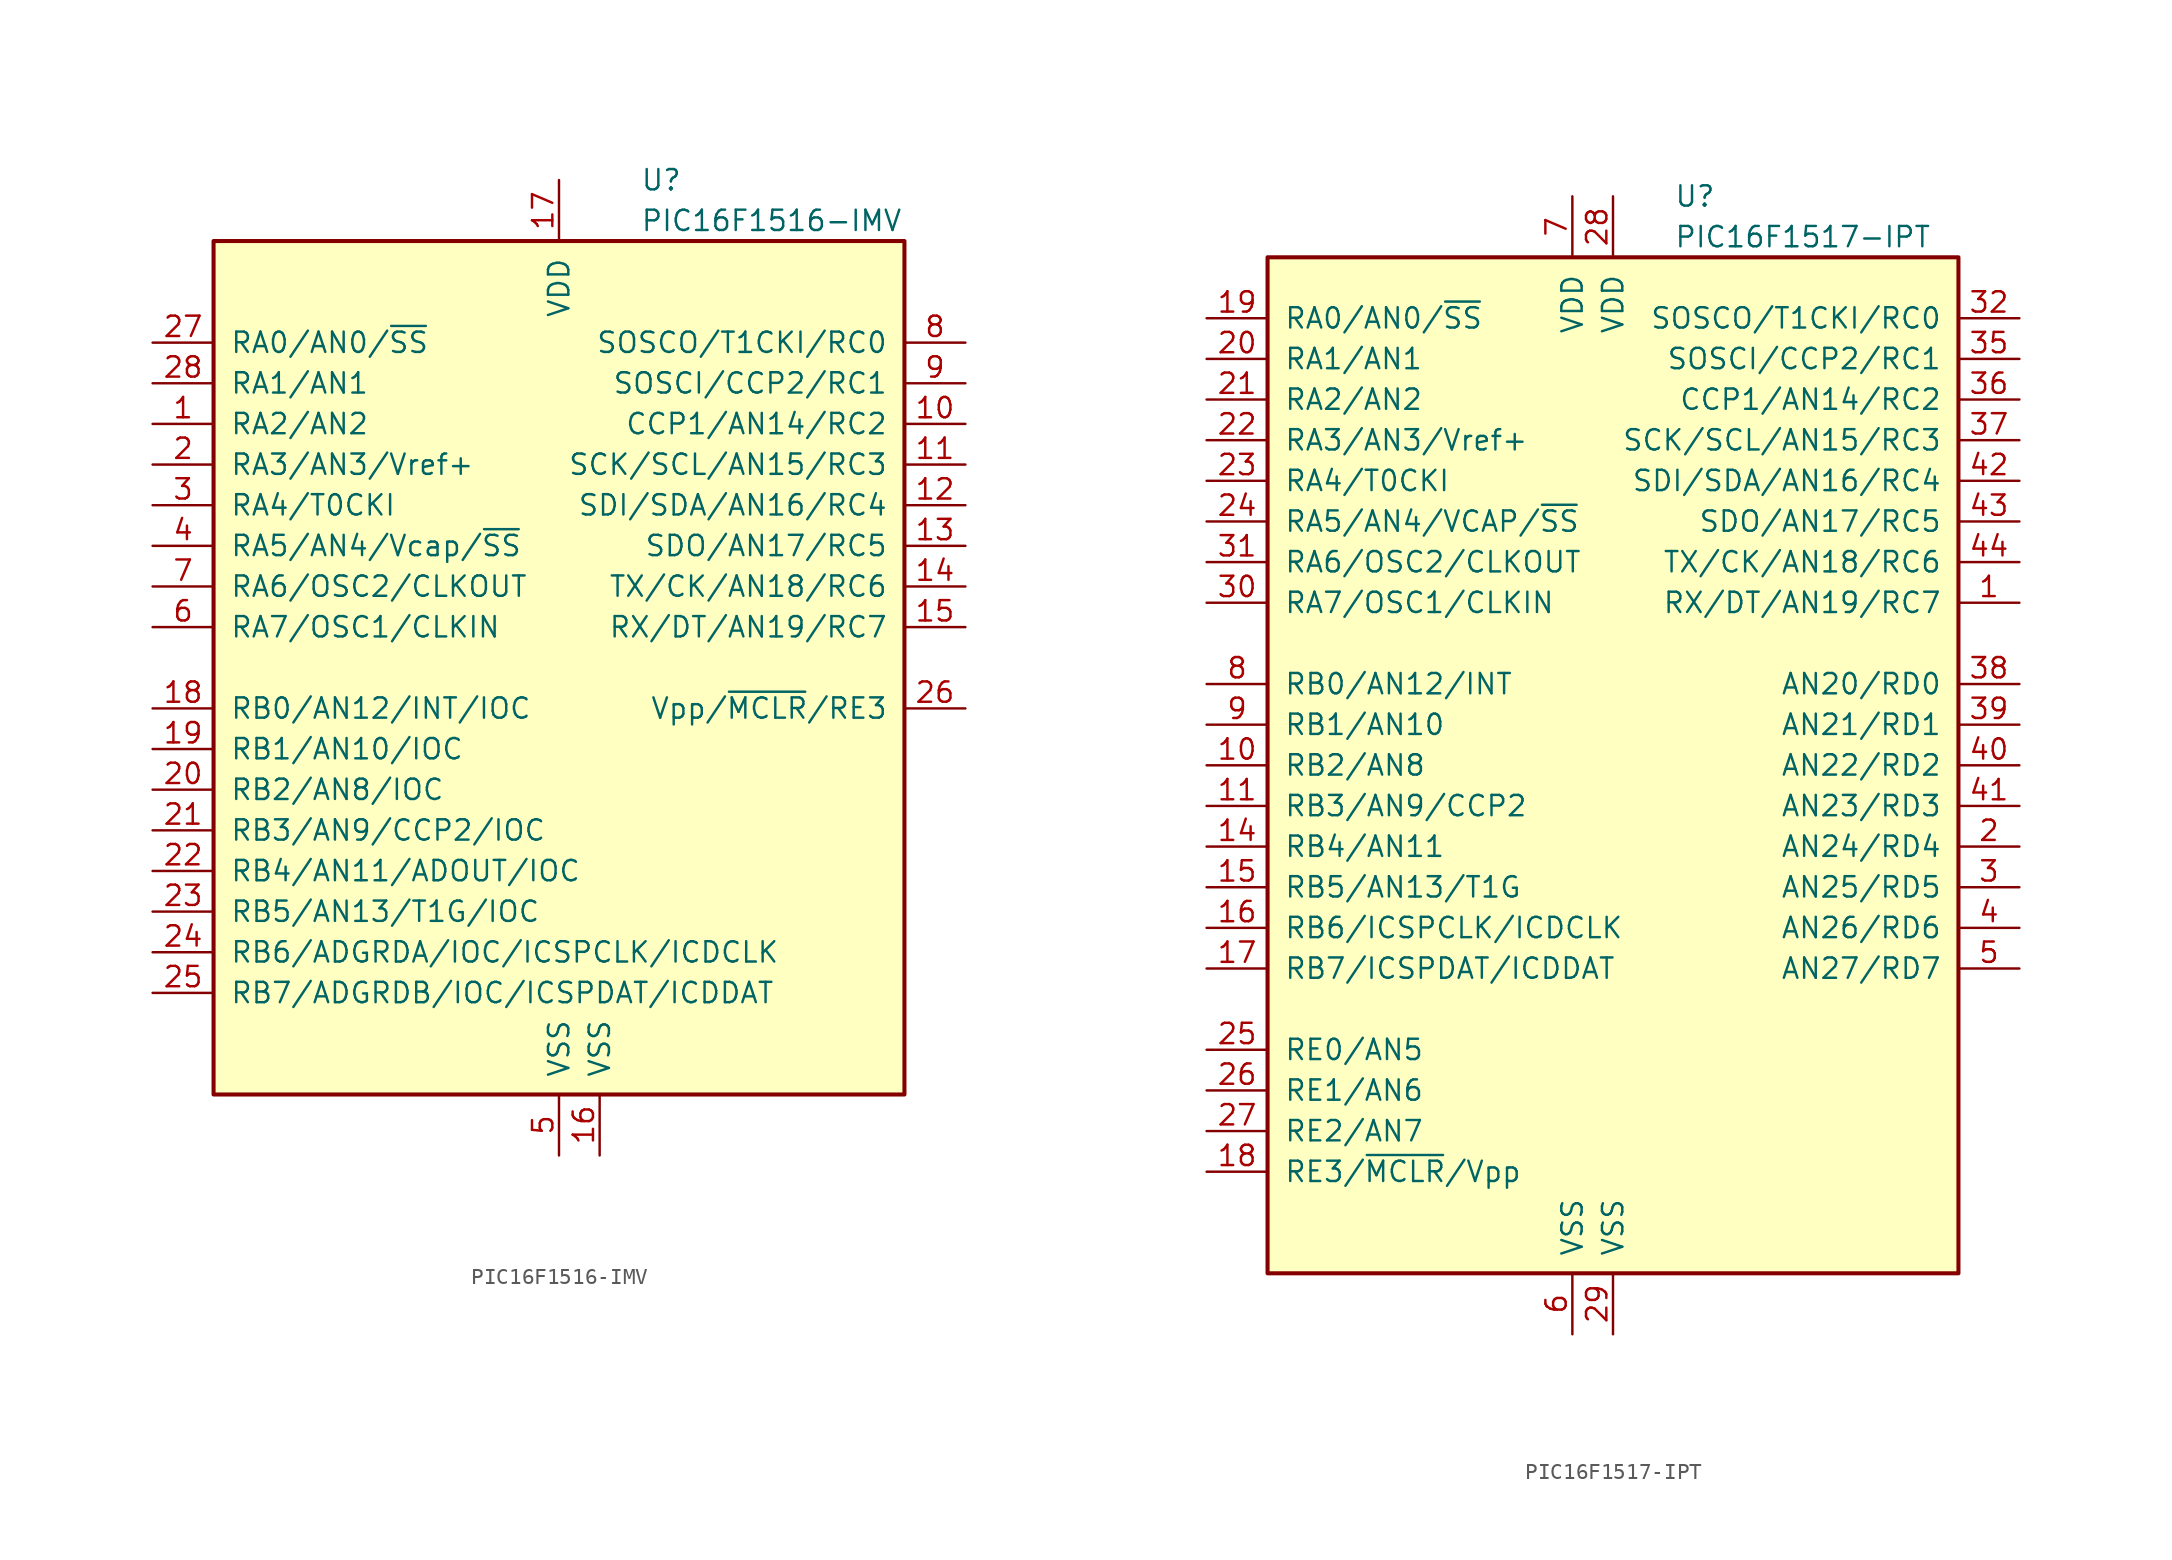
<source format=kicad_sym>
(kicad_symbol_lib
  (version 20220914)
  (generator kicad_symbol_editor)
  (symbol "PIC16F1516-IMV"
    (pin_names
      (offset 1.016))
    (property "Reference" "U"
      (at 5.08 30.48 0)
      (effects (font (size 1.27 1.27)) (justify left)))
    (property "Value" "PIC16F1516-IMV"
      (at 5.08 27.94 0)
      (effects (font (size 1.27 1.27)) (justify left)))
    (symbol "PIC16F1516-IMV_0_1"
      (rectangle (start -21.59 26.67) (end 21.59 -26.67) (stroke (width 0.254) (type default)) (fill (type background))))
    (symbol "PIC16F1516-IMV_1_1"
      (pin bidirectional line (at -25.4 15.24 0) (length 3.81) (name "RA2/AN2" (effects (font (size 1.27 1.27)))) (number "1" (effects (font (size 1.27 1.27)))))
      (pin bidirectional line (at 25.4 15.24 180) (length 3.81) (name "CCP1/AN14/RC2" (effects (font (size 1.27 1.27)))) (number "10" (effects (font (size 1.27 1.27)))))
      (pin bidirectional line (at 25.4 12.7 180) (length 3.81) (name "SCK/SCL/AN15/RC3" (effects (font (size 1.27 1.27)))) (number "11" (effects (font (size 1.27 1.27)))))
      (pin bidirectional line (at 25.4 10.16 180) (length 3.81) (name "SDI/SDA/AN16/RC4" (effects (font (size 1.27 1.27)))) (number "12" (effects (font (size 1.27 1.27)))))
      (pin bidirectional line (at 25.4 7.62 180) (length 3.81) (name "SDO/AN17/RC5" (effects (font (size 1.27 1.27)))) (number "13" (effects (font (size 1.27 1.27)))))
      (pin bidirectional line (at 25.4 5.08 180) (length 3.81) (name "TX/CK/AN18/RC6" (effects (font (size 1.27 1.27)))) (number "14" (effects (font (size 1.27 1.27)))))
      (pin bidirectional line (at 25.4 2.54 180) (length 3.81) (name "RX/DT/AN19/RC7" (effects (font (size 1.27 1.27)))) (number "15" (effects (font (size 1.27 1.27)))))
      (pin power_in line (at 2.54 -30.48 90) (length 3.81) (name "VSS" (effects (font (size 1.27 1.27)))) (number "16" (effects (font (size 1.27 1.27)))))
      (pin power_in line (at 0 30.48 270) (length 3.81) (name "VDD" (effects (font (size 1.27 1.27)))) (number "17" (effects (font (size 1.27 1.27)))))
      (pin bidirectional line (at -25.4 -2.54 0) (length 3.81) (name "RB0/AN12/INT/IOC" (effects (font (size 1.27 1.27)))) (number "18" (effects (font (size 1.27 1.27)))))
      (pin bidirectional line (at -25.4 -5.08 0) (length 3.81) (name "RB1/AN10/IOC" (effects (font (size 1.27 1.27)))) (number "19" (effects (font (size 1.27 1.27)))))
      (pin bidirectional line (at -25.4 12.7 0) (length 3.81) (name "RA3/AN3/Vref+" (effects (font (size 1.27 1.27)))) (number "2" (effects (font (size 1.27 1.27)))))
      (pin bidirectional line (at -25.4 -7.62 0) (length 3.81) (name "RB2/AN8/IOC" (effects (font (size 1.27 1.27)))) (number "20" (effects (font (size 1.27 1.27)))))
      (pin bidirectional line (at -25.4 -10.16 0) (length 3.81) (name "RB3/AN9/CCP2/IOC" (effects (font (size 1.27 1.27)))) (number "21" (effects (font (size 1.27 1.27)))))
      (pin bidirectional line (at -25.4 -12.7 0) (length 3.81) (name "RB4/AN11/ADOUT/IOC" (effects (font (size 1.27 1.27)))) (number "22" (effects (font (size 1.27 1.27)))))
      (pin bidirectional line (at -25.4 -15.24 0) (length 3.81) (name "RB5/AN13/T1G/IOC" (effects (font (size 1.27 1.27)))) (number "23" (effects (font (size 1.27 1.27)))))
      (pin bidirectional line (at -25.4 -17.78 0) (length 3.81) (name "RB6/ADGRDA/IOC/ICSPCLK/ICDCLK" (effects (font (size 1.27 1.27)))) (number "24" (effects (font (size 1.27 1.27)))))
      (pin bidirectional line (at -25.4 -20.32 0) (length 3.81) (name "RB7/ADGRDB/IOC/ICSPDAT/ICDDAT" (effects (font (size 1.27 1.27)))) (number "25" (effects (font (size 1.27 1.27)))))
      (pin input line (at 25.4 -2.54 180) (length 3.81) (name "Vpp/~{MCLR}/RE3" (effects (font (size 1.27 1.27)))) (number "26" (effects (font (size 1.27 1.27)))))
      (pin bidirectional line (at -25.4 20.32 0) (length 3.81) (name "RA0/AN0/~{SS}" (effects (font (size 1.27 1.27)))) (number "27" (effects (font (size 1.27 1.27)))))
      (pin bidirectional line (at -25.4 17.78 0) (length 3.81) (name "RA1/AN1" (effects (font (size 1.27 1.27)))) (number "28" (effects (font (size 1.27 1.27)))))
      (pin bidirectional line (at -25.4 10.16 0) (length 3.81) (name "RA4/T0CKI" (effects (font (size 1.27 1.27)))) (number "3" (effects (font (size 1.27 1.27)))))
      (pin bidirectional line (at -25.4 7.62 0) (length 3.81) (name "RA5/AN4/Vcap/~{SS}" (effects (font (size 1.27 1.27)))) (number "4" (effects (font (size 1.27 1.27)))))
      (pin power_in line (at 0 -30.48 90) (length 3.81) (name "VSS" (effects (font (size 1.27 1.27)))) (number "5" (effects (font (size 1.27 1.27)))))
      (pin bidirectional line (at -25.4 2.54 0) (length 3.81) (name "RA7/OSC1/CLKIN" (effects (font (size 1.27 1.27)))) (number "6" (effects (font (size 1.27 1.27)))))
      (pin bidirectional line (at -25.4 5.08 0) (length 3.81) (name "RA6/OSC2/CLKOUT" (effects (font (size 1.27 1.27)))) (number "7" (effects (font (size 1.27 1.27)))))
      (pin bidirectional line (at 25.4 20.32 180) (length 3.81) (name "SOSCO/T1CKI/RC0" (effects (font (size 1.27 1.27)))) (number "8" (effects (font (size 1.27 1.27)))))
      (pin bidirectional line (at 25.4 17.78 180) (length 3.81) (name "SOSCI/CCP2/RC1" (effects (font (size 1.27 1.27)))) (number "9" (effects (font (size 1.27 1.27)))))))
  (symbol "PIC16F1517-IPT"
    (pin_names
      (offset 1.016))
    (property "Reference" "U"
      (at 3.81 35.56 0)
      (effects (font (size 1.27 1.27)) (justify left)))
    (property "Value" "PIC16F1517-IPT"
      (at 3.81 33.02 0)
      (effects (font (size 1.27 1.27)) (justify left)))
    (symbol "PIC16F1517-IPT_0_1"
      (rectangle (start -21.59 31.75) (end 21.59 -31.75) (stroke (width 0.254) (type default)) (fill (type background))))
    (symbol "PIC16F1517-IPT_1_1"
      (pin bidirectional line (at 25.4 10.16 180) (length 3.81) (name "RX/DT/AN19/RC7" (effects (font (size 1.27 1.27)))) (number "1" (effects (font (size 1.27 1.27)))))
      (pin bidirectional line (at -25.4 0 0) (length 3.81) (name "RB2/AN8" (effects (font (size 1.27 1.27)))) (number "10" (effects (font (size 1.27 1.27)))))
      (pin bidirectional line (at -25.4 -2.54 0) (length 3.81) (name "RB3/AN9/CCP2" (effects (font (size 1.27 1.27)))) (number "11" (effects (font (size 1.27 1.27)))))
      (pin bidirectional line (at -25.4 -5.08 0) (length 3.81) (name "RB4/AN11" (effects (font (size 1.27 1.27)))) (number "14" (effects (font (size 1.27 1.27)))))
      (pin bidirectional line (at -25.4 -7.62 0) (length 3.81) (name "RB5/AN13/T1G" (effects (font (size 1.27 1.27)))) (number "15" (effects (font (size 1.27 1.27)))))
      (pin bidirectional line (at -25.4 -10.16 0) (length 3.81) (name "RB6/ICSPCLK/ICDCLK" (effects (font (size 1.27 1.27)))) (number "16" (effects (font (size 1.27 1.27)))))
      (pin bidirectional line (at -25.4 -12.7 0) (length 3.81) (name "RB7/ICSPDAT/ICDDAT" (effects (font (size 1.27 1.27)))) (number "17" (effects (font (size 1.27 1.27)))))
      (pin input line (at -25.4 -25.4 0) (length 3.81) (name "RE3/~{MCLR}/Vpp" (effects (font (size 1.27 1.27)))) (number "18" (effects (font (size 1.27 1.27)))))
      (pin bidirectional line (at -25.4 27.94 0) (length 3.81) (name "RA0/AN0/~{SS}" (effects (font (size 1.27 1.27)))) (number "19" (effects (font (size 1.27 1.27)))))
      (pin bidirectional line (at 25.4 -5.08 180) (length 3.81) (name "AN24/RD4" (effects (font (size 1.27 1.27)))) (number "2" (effects (font (size 1.27 1.27)))))
      (pin bidirectional line (at -25.4 25.4 0) (length 3.81) (name "RA1/AN1" (effects (font (size 1.27 1.27)))) (number "20" (effects (font (size 1.27 1.27)))))
      (pin bidirectional line (at -25.4 22.86 0) (length 3.81) (name "RA2/AN2" (effects (font (size 1.27 1.27)))) (number "21" (effects (font (size 1.27 1.27)))))
      (pin bidirectional line (at -25.4 20.32 0) (length 3.81) (name "RA3/AN3/Vref+" (effects (font (size 1.27 1.27)))) (number "22" (effects (font (size 1.27 1.27)))))
      (pin bidirectional line (at -25.4 17.78 0) (length 3.81) (name "RA4/T0CKI" (effects (font (size 1.27 1.27)))) (number "23" (effects (font (size 1.27 1.27)))))
      (pin bidirectional line (at -25.4 15.24 0) (length 3.81) (name "RA5/AN4/VCAP/~{SS}" (effects (font (size 1.27 1.27)))) (number "24" (effects (font (size 1.27 1.27)))))
      (pin bidirectional line (at -25.4 -17.78 0) (length 3.81) (name "RE0/AN5" (effects (font (size 1.27 1.27)))) (number "25" (effects (font (size 1.27 1.27)))))
      (pin bidirectional line (at -25.4 -20.32 0) (length 3.81) (name "RE1/AN6" (effects (font (size 1.27 1.27)))) (number "26" (effects (font (size 1.27 1.27)))))
      (pin bidirectional line (at -25.4 -22.86 0) (length 3.81) (name "RE2/AN7" (effects (font (size 1.27 1.27)))) (number "27" (effects (font (size 1.27 1.27)))))
      (pin power_in line (at 0 35.56 270) (length 3.81) (name "VDD" (effects (font (size 1.27 1.27)))) (number "28" (effects (font (size 1.27 1.27)))))
      (pin power_in line (at 0 -35.56 90) (length 3.81) (name "VSS" (effects (font (size 1.27 1.27)))) (number "29" (effects (font (size 1.27 1.27)))))
      (pin bidirectional line (at 25.4 -7.62 180) (length 3.81) (name "AN25/RD5" (effects (font (size 1.27 1.27)))) (number "3" (effects (font (size 1.27 1.27)))))
      (pin bidirectional line (at -25.4 10.16 0) (length 3.81) (name "RA7/OSC1/CLKIN" (effects (font (size 1.27 1.27)))) (number "30" (effects (font (size 1.27 1.27)))))
      (pin bidirectional line (at -25.4 12.7 0) (length 3.81) (name "RA6/OSC2/CLKOUT" (effects (font (size 1.27 1.27)))) (number "31" (effects (font (size 1.27 1.27)))))
      (pin bidirectional line (at 25.4 27.94 180) (length 3.81) (name "SOSCO/T1CKI/RC0" (effects (font (size 1.27 1.27)))) (number "32" (effects (font (size 1.27 1.27)))))
      (pin bidirectional line (at 25.4 25.4 180) (length 3.81) (name "SOSCI/CCP2/RC1" (effects (font (size 1.27 1.27)))) (number "35" (effects (font (size 1.27 1.27)))))
      (pin bidirectional line (at 25.4 22.86 180) (length 3.81) (name "CCP1/AN14/RC2" (effects (font (size 1.27 1.27)))) (number "36" (effects (font (size 1.27 1.27)))))
      (pin bidirectional line (at 25.4 20.32 180) (length 3.81) (name "SCK/SCL/AN15/RC3" (effects (font (size 1.27 1.27)))) (number "37" (effects (font (size 1.27 1.27)))))
      (pin bidirectional line (at 25.4 5.08 180) (length 3.81) (name "AN20/RD0" (effects (font (size 1.27 1.27)))) (number "38" (effects (font (size 1.27 1.27)))))
      (pin bidirectional line (at 25.4 2.54 180) (length 3.81) (name "AN21/RD1" (effects (font (size 1.27 1.27)))) (number "39" (effects (font (size 1.27 1.27)))))
      (pin bidirectional line (at 25.4 -10.16 180) (length 3.81) (name "AN26/RD6" (effects (font (size 1.27 1.27)))) (number "4" (effects (font (size 1.27 1.27)))))
      (pin bidirectional line (at 25.4 0 180) (length 3.81) (name "AN22/RD2" (effects (font (size 1.27 1.27)))) (number "40" (effects (font (size 1.27 1.27)))))
      (pin bidirectional line (at 25.4 -2.54 180) (length 3.81) (name "AN23/RD3" (effects (font (size 1.27 1.27)))) (number "41" (effects (font (size 1.27 1.27)))))
      (pin bidirectional line (at 25.4 17.78 180) (length 3.81) (name "SDI/SDA/AN16/RC4" (effects (font (size 1.27 1.27)))) (number "42" (effects (font (size 1.27 1.27)))))
      (pin bidirectional line (at 25.4 15.24 180) (length 3.81) (name "SDO/AN17/RC5" (effects (font (size 1.27 1.27)))) (number "43" (effects (font (size 1.27 1.27)))))
      (pin bidirectional line (at 25.4 12.7 180) (length 3.81) (name "TX/CK/AN18/RC6" (effects (font (size 1.27 1.27)))) (number "44" (effects (font (size 1.27 1.27)))))
      (pin bidirectional line (at 25.4 -12.7 180) (length 3.81) (name "AN27/RD7" (effects (font (size 1.27 1.27)))) (number "5" (effects (font (size 1.27 1.27)))))
      (pin power_in line (at -2.54 -35.56 90) (length 3.81) (name "VSS" (effects (font (size 1.27 1.27)))) (number "6" (effects (font (size 1.27 1.27)))))
      (pin power_in line (at -2.54 35.56 270) (length 3.81) (name "VDD" (effects (font (size 1.27 1.27)))) (number "7" (effects (font (size 1.27 1.27)))))
      (pin bidirectional line (at -25.4 5.08 0) (length 3.81) (name "RB0/AN12/INT" (effects (font (size 1.27 1.27)))) (number "8" (effects (font (size 1.27 1.27)))))
      (pin bidirectional line (at -25.4 2.54 0) (length 3.81) (name "RB1/AN10" (effects (font (size 1.27 1.27)))) (number "9" (effects (font (size 1.27 1.27))))))))
</source>
